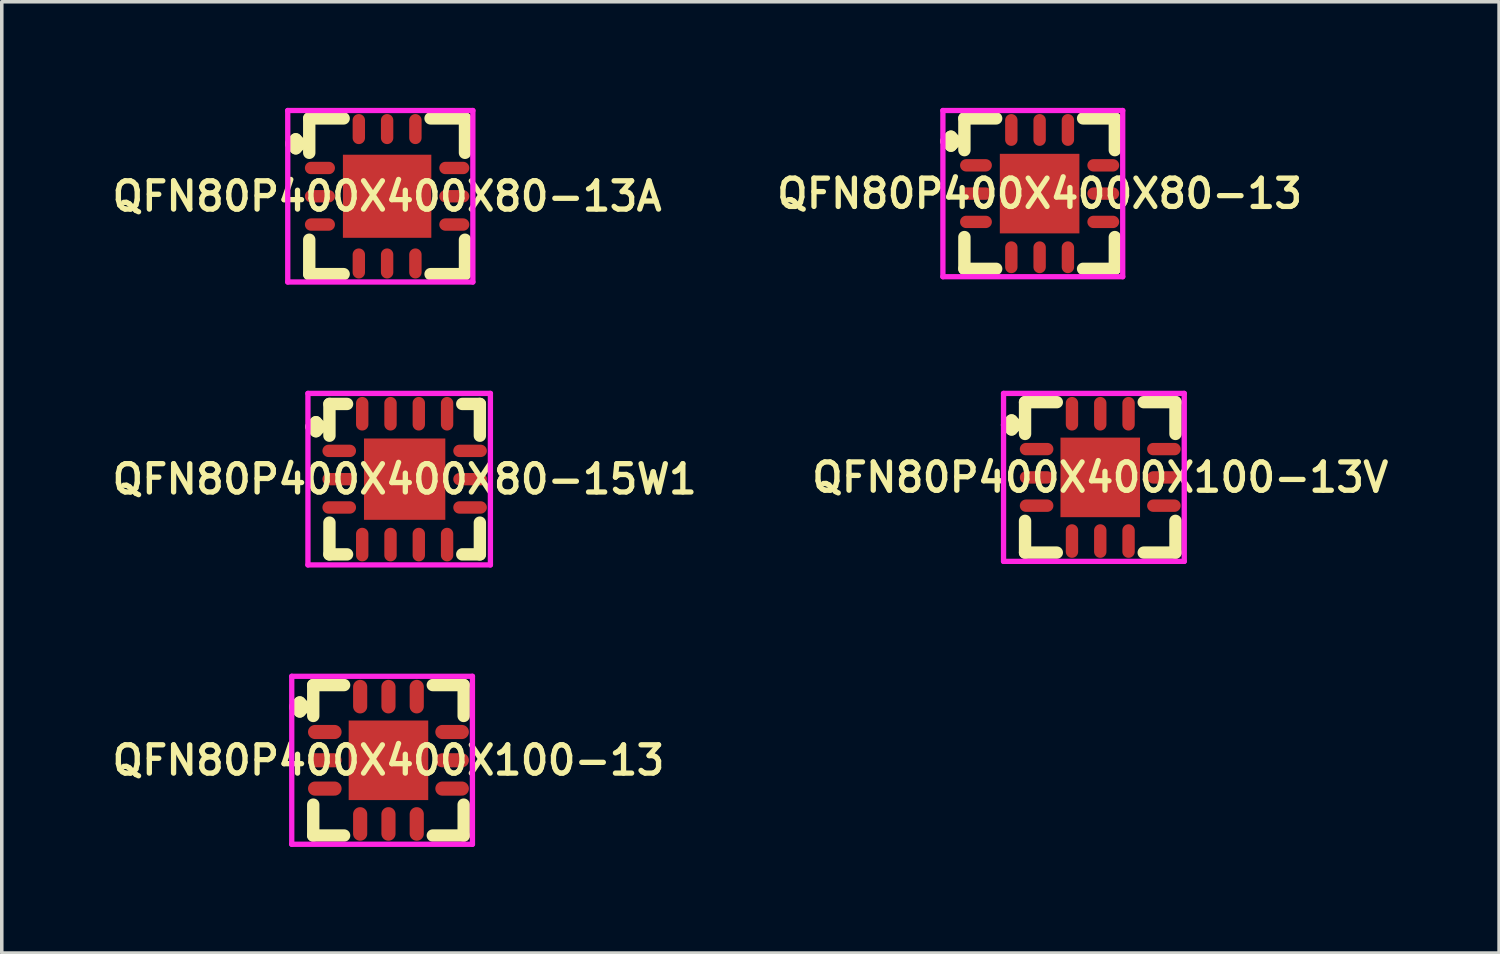
<source format=kicad_pcb>
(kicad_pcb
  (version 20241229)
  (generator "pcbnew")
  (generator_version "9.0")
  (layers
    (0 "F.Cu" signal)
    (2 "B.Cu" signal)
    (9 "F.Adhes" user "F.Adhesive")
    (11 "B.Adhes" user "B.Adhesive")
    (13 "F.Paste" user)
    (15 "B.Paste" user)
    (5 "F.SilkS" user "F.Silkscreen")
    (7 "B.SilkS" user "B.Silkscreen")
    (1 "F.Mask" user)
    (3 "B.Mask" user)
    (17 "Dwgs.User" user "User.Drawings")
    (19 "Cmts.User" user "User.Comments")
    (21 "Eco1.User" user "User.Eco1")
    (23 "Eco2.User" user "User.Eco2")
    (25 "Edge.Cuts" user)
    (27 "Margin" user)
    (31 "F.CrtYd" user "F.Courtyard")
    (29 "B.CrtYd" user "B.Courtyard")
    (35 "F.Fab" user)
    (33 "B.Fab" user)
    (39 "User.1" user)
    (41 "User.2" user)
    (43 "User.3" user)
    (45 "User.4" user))
  (footprint "QFN80P400X400X80-15W1"
    (layer "F.Cu")
    (at 8.393 10.5)
    (property "Reference" "QFN80P400X400X80-15W1" (at 0 0 0) (layer "F.SilkS") (effects (font (size 0.8 0.8) (thickness 0.15))))
    (attr smd)
    (fp_line (start -2.635 -1.483) (end -2.508 -1.61) (stroke (width 0.35) (type solid)) (layer "F.SilkS"))
    (fp_line (start -2.508 -1.61) (end -2.381 -1.483) (stroke (width 0.35) (type solid)) (layer "F.SilkS"))
    (fp_line (start -2.508 -1.356) (end -2.635 -1.483) (stroke (width 0.35) (type solid)) (layer "F.SilkS"))
    (fp_line (start -2.381 -1.483) (end -2.508 -1.356) (stroke (width 0.35) (type solid)) (layer "F.SilkS"))
    (fp_line (start -2.127 -2.127) (end -1.629 -2.127) (stroke (width 0.35) (type solid)) (layer "F.SilkS"))
    (fp_line (start -2.127 -1.229) (end -2.127 -2.127) (stroke (width 0.35) (type solid)) (layer "F.SilkS"))
    (fp_line (start -2.127 1.229) (end -2.127 2.127) (stroke (width 0.35) (type solid)) (layer "F.SilkS"))
    (fp_line (start -2.127 2.127) (end -1.629 2.127) (stroke (width 0.35) (type solid)) (layer "F.SilkS"))
    (fp_line (start 1.629 -2.127) (end 2.127 -2.127) (stroke (width 0.35) (type solid)) (layer "F.SilkS"))
    (fp_line (start 1.629 2.127) (end 2.127 2.127) (stroke (width 0.35) (type solid)) (layer "F.SilkS"))
    (fp_line (start 2.127 -2.127) (end 2.127 -1.229) (stroke (width 0.35) (type solid)) (layer "F.SilkS"))
    (fp_line (start 2.127 2.127) (end 2.127 1.229) (stroke (width 0.35) (type solid)) (layer "F.SilkS"))
    (fp_line (start -2.735 -2.425) (end 2.425 -2.425) (stroke (width 0.15) (type solid)) (layer "F.CrtYd"))
    (fp_line (start -2.735 2.425) (end -2.735 -2.425) (stroke (width 0.15) (type solid)) (layer "F.CrtYd"))
    (fp_line (start 2.425 -2.425) (end 2.425 2.425) (stroke (width 0.15) (type solid)) (layer "F.CrtYd"))
    (fp_line (start 2.425 2.425) (end -2.735 2.425) (stroke (width 0.15) (type solid)) (layer "F.CrtYd"))
    (pad "1" smd oval (at -1.85 -0.8) (size 0.95 0.35) (layers "F.Cu" "F.Mask" "F.Paste"))
    (pad "2" smd oval (at -1.85 0) (size 0.95 0.35) (layers "F.Cu" "F.Mask" "F.Paste"))
    (pad "3" smd oval (at -1.85 0.8) (size 0.95 0.35) (layers "F.Cu" "F.Mask" "F.Paste"))
    (pad "4" smd oval (at -1.2 1.85) (size 0.35 0.95) (layers "F.Cu" "F.Mask" "F.Paste"))
    (pad "5" smd oval (at -0.4 1.85) (size 0.35 0.95) (layers "F.Cu" "F.Mask" "F.Paste"))
    (pad "6" smd oval (at 0.4 1.85) (size 0.35 0.95) (layers "F.Cu" "F.Mask" "F.Paste"))
    (pad "7" smd oval (at 1.2 1.85) (size 0.35 0.95) (layers "F.Cu" "F.Mask" "F.Paste"))
    (pad "8" smd oval (at 1.85 0.8) (size 0.95 0.35) (layers "F.Cu" "F.Mask" "F.Paste"))
    (pad "9" smd oval (at 1.85 0) (size 0.95 0.35) (layers "F.Cu" "F.Mask" "F.Paste"))
    (pad "10" smd oval (at 1.85 -0.8) (size 0.95 0.35) (layers "F.Cu" "F.Mask" "F.Paste"))
    (pad "11" smd oval (at 1.2 -1.85) (size 0.35 0.95) (layers "F.Cu" "F.Mask" "F.Paste"))
    (pad "12" smd oval (at 0.4 -1.85) (size 0.35 0.95) (layers "F.Cu" "F.Mask" "F.Paste"))
    (pad "13" smd oval (at -0.4 -1.85) (size 0.35 0.95) (layers "F.Cu" "F.Mask" "F.Paste"))
    (pad "14" smd oval (at -1.2 -1.85) (size 0.35 0.95) (layers "F.Cu" "F.Mask" "F.Paste"))
    (pad "15" smd rect (at 0 0) (size 2.3 2.3) (layers "F.Cu" "F.Mask" "F.Paste")))
  (footprint "QFN80P400X400X100-13"
    (layer "F.Cu")
    (at 7.935 18.45)
    (property "Reference" "QFN80P400X400X100-13" (at 0 0 0) (layer "F.SilkS") (effects (font (size 0.8 0.8) (thickness 0.15))))
    (attr smd)
    (fp_line (start -2.635 -1.508) (end -2.508 -1.635) (stroke (width 0.35) (type solid)) (layer "F.SilkS"))
    (fp_line (start -2.508 -1.635) (end -2.381 -1.508) (stroke (width 0.35) (type solid)) (layer "F.SilkS"))
    (fp_line (start -2.508 -1.381) (end -2.635 -1.508) (stroke (width 0.35) (type solid)) (layer "F.SilkS"))
    (fp_line (start -2.381 -1.508) (end -2.508 -1.381) (stroke (width 0.35) (type solid)) (layer "F.SilkS"))
    (fp_line (start -2.127 -2.127) (end -1.254 -2.127) (stroke (width 0.35) (type solid)) (layer "F.SilkS"))
    (fp_line (start -2.127 -1.254) (end -2.127 -2.127) (stroke (width 0.35) (type solid)) (layer "F.SilkS"))
    (fp_line (start -2.127 1.254) (end -2.127 2.127) (stroke (width 0.35) (type solid)) (layer "F.SilkS"))
    (fp_line (start -2.127 2.127) (end -1.254 2.127) (stroke (width 0.35) (type solid)) (layer "F.SilkS"))
    (fp_line (start 1.254 -2.127) (end 2.127 -2.127) (stroke (width 0.35) (type solid)) (layer "F.SilkS"))
    (fp_line (start 1.254 2.127) (end 2.127 2.127) (stroke (width 0.35) (type solid)) (layer "F.SilkS"))
    (fp_line (start 2.127 -2.127) (end 2.127 -1.254) (stroke (width 0.35) (type solid)) (layer "F.SilkS"))
    (fp_line (start 2.127 2.127) (end 2.127 1.254) (stroke (width 0.35) (type solid)) (layer "F.SilkS"))
    (fp_line (start -2.735 -2.375) (end 2.375 -2.375) (stroke (width 0.15) (type solid)) (layer "F.CrtYd"))
    (fp_line (start -2.735 2.375) (end -2.735 -2.375) (stroke (width 0.15) (type solid)) (layer "F.CrtYd"))
    (fp_line (start 2.375 -2.375) (end 2.375 2.375) (stroke (width 0.15) (type solid)) (layer "F.CrtYd"))
    (fp_line (start 2.375 2.375) (end -2.735 2.375) (stroke (width 0.15) (type solid)) (layer "F.CrtYd"))
    (pad "1" smd oval (at -1.8 -0.8) (size 0.95 0.4) (layers "F.Cu" "F.Mask" "F.Paste"))
    (pad "2" smd oval (at -1.8 0) (size 0.95 0.4) (layers "F.Cu" "F.Mask" "F.Paste"))
    (pad "3" smd oval (at -1.8 0.8) (size 0.95 0.4) (layers "F.Cu" "F.Mask" "F.Paste"))
    (pad "4" smd oval (at -0.8 1.8) (size 0.4 0.95) (layers "F.Cu" "F.Mask" "F.Paste"))
    (pad "5" smd oval (at 0 1.8) (size 0.4 0.95) (layers "F.Cu" "F.Mask" "F.Paste"))
    (pad "6" smd oval (at 0.8 1.8) (size 0.4 0.95) (layers "F.Cu" "F.Mask" "F.Paste"))
    (pad "7" smd oval (at 1.8 0.8) (size 0.95 0.4) (layers "F.Cu" "F.Mask" "F.Paste"))
    (pad "8" smd oval (at 1.8 0) (size 0.95 0.4) (layers "F.Cu" "F.Mask" "F.Paste"))
    (pad "9" smd oval (at 1.8 -0.8) (size 0.95 0.4) (layers "F.Cu" "F.Mask" "F.Paste"))
    (pad "10" smd oval (at 0.8 -1.8) (size 0.4 0.95) (layers "F.Cu" "F.Mask" "F.Paste"))
    (pad "11" smd oval (at 0 -1.8) (size 0.4 0.95) (layers "F.Cu" "F.Mask" "F.Paste"))
    (pad "12" smd oval (at -0.8 -1.8) (size 0.4 0.95) (layers "F.Cu" "F.Mask" "F.Paste"))
    (pad "13" smd rect (at 0 0) (size 2.25 2.25) (layers "F.Cu" "F.Mask" "F.Paste")))
  (footprint "QFN80P400X400X80-13A"
    (layer "F.Cu")
    (at 7.897 2.5)
    (property "Reference" "QFN80P400X400X80-13A" (at 0 0 0) (layer "F.SilkS") (effects (font (size 0.8 0.8) (thickness 0.15))))
    (attr through_hole)
    (fp_line (start -2.71 -1.483) (end -2.583 -1.61) (stroke (width 0.35) (type solid)) (layer "F.SilkS"))
    (fp_line (start -2.583 -1.61) (end -2.456 -1.483) (stroke (width 0.35) (type solid)) (layer "F.SilkS"))
    (fp_line (start -2.583 -1.356) (end -2.71 -1.483) (stroke (width 0.35) (type solid)) (layer "F.SilkS"))
    (fp_line (start -2.456 -1.483) (end -2.583 -1.356) (stroke (width 0.35) (type solid)) (layer "F.SilkS"))
    (fp_line (start -2.202 -2.202) (end -1.229 -2.202) (stroke (width 0.35) (type solid)) (layer "F.SilkS"))
    (fp_line (start -2.202 -1.229) (end -2.202 -2.202) (stroke (width 0.35) (type solid)) (layer "F.SilkS"))
    (fp_line (start -2.202 1.229) (end -2.202 2.202) (stroke (width 0.35) (type solid)) (layer "F.SilkS"))
    (fp_line (start -2.202 2.202) (end -1.229 2.202) (stroke (width 0.35) (type solid)) (layer "F.SilkS"))
    (fp_line (start 1.229 -2.202) (end 2.202 -2.202) (stroke (width 0.35) (type solid)) (layer "F.SilkS"))
    (fp_line (start 1.229 2.202) (end 2.202 2.202) (stroke (width 0.35) (type solid)) (layer "F.SilkS"))
    (fp_line (start 2.202 -2.202) (end 2.202 -1.229) (stroke (width 0.35) (type solid)) (layer "F.SilkS"))
    (fp_line (start 2.202 2.202) (end 2.202 1.229) (stroke (width 0.35) (type solid)) (layer "F.SilkS"))
    (fp_line (start -2.81 -2.425) (end 2.425 -2.425) (stroke (width 0.15) (type solid)) (layer "F.CrtYd"))
    (fp_line (start -2.81 2.425) (end -2.81 -2.425) (stroke (width 0.15) (type solid)) (layer "F.CrtYd"))
    (fp_line (start 2.425 -2.425) (end 2.425 2.425) (stroke (width 0.15) (type solid)) (layer "F.CrtYd"))
    (fp_line (start 2.425 2.425) (end -2.81 2.425) (stroke (width 0.15) (type solid)) (layer "F.CrtYd"))
    (pad "1" smd oval (at -1.9 -0.8) (size 0.85 0.35) (layers "F.Cu" "F.Mask" "F.Paste"))
    (pad "2" smd oval (at -1.9 0) (size 0.85 0.35) (layers "F.Cu" "F.Mask" "F.Paste"))
    (pad "3" smd oval (at -1.9 0.8) (size 0.85 0.35) (layers "F.Cu" "F.Mask" "F.Paste"))
    (pad "4" smd oval (at -0.8 1.9) (size 0.35 0.85) (layers "F.Cu" "F.Mask" "F.Paste"))
    (pad "5" smd oval (at 0 1.9) (size 0.35 0.85) (layers "F.Cu" "F.Mask" "F.Paste"))
    (pad "6" smd oval (at 0.8 1.9) (size 0.35 0.85) (layers "F.Cu" "F.Mask" "F.Paste"))
    (pad "7" smd oval (at 1.9 0.8) (size 0.85 0.35) (layers "F.Cu" "F.Mask" "F.Paste"))
    (pad "8" smd oval (at 1.9 0) (size 0.85 0.35) (layers "F.Cu" "F.Mask" "F.Paste"))
    (pad "9" smd oval (at 1.9 -0.8) (size 0.85 0.35) (layers "F.Cu" "F.Mask" "F.Paste"))
    (pad "10" smd oval (at 0.8 -1.9) (size 0.35 0.85) (layers "F.Cu" "F.Mask" "F.Paste"))
    (pad "11" smd oval (at 0 -1.9) (size 0.35 0.85) (layers "F.Cu" "F.Mask" "F.Paste"))
    (pad "12" smd oval (at -0.8 -1.9) (size 0.35 0.85) (layers "F.Cu" "F.Mask" "F.Paste"))
    (pad "13" smd rect (at 0 0) (size 2.5 2.35) (layers "F.Cu" "F.Mask" "F.Paste")))
  (footprint "QFN80P400X400X80-13"
    (layer "F.Cu")
    (at 26.349 2.425)
    (property "Reference" "QFN80P400X400X80-13" (at 0 0 0) (layer "F.SilkS") (effects (font (size 0.8 0.8) (thickness 0.15))))
    (attr smd)
    (fp_line (start -2.635 -1.483) (end -2.508 -1.61) (stroke (width 0.35) (type solid)) (layer "F.SilkS"))
    (fp_line (start -2.508 -1.61) (end -2.381 -1.483) (stroke (width 0.35) (type solid)) (layer "F.SilkS"))
    (fp_line (start -2.508 -1.356) (end -2.635 -1.483) (stroke (width 0.35) (type solid)) (layer "F.SilkS"))
    (fp_line (start -2.381 -1.483) (end -2.508 -1.356) (stroke (width 0.35) (type solid)) (layer "F.SilkS"))
    (fp_line (start -2.127 -2.127) (end -1.229 -2.127) (stroke (width 0.35) (type solid)) (layer "F.SilkS"))
    (fp_line (start -2.127 -1.229) (end -2.127 -2.127) (stroke (width 0.35) (type solid)) (layer "F.SilkS"))
    (fp_line (start -2.127 1.229) (end -2.127 2.127) (stroke (width 0.35) (type solid)) (layer "F.SilkS"))
    (fp_line (start -2.127 2.127) (end -1.229 2.127) (stroke (width 0.35) (type solid)) (layer "F.SilkS"))
    (fp_line (start 1.229 -2.127) (end 2.127 -2.127) (stroke (width 0.35) (type solid)) (layer "F.SilkS"))
    (fp_line (start 1.229 2.127) (end 2.127 2.127) (stroke (width 0.35) (type solid)) (layer "F.SilkS"))
    (fp_line (start 2.127 -2.127) (end 2.127 -1.229) (stroke (width 0.35) (type solid)) (layer "F.SilkS"))
    (fp_line (start 2.127 2.127) (end 2.127 1.229) (stroke (width 0.35) (type solid)) (layer "F.SilkS"))
    (fp_line (start -2.735 -2.35) (end 2.35 -2.35) (stroke (width 0.15) (type solid)) (layer "F.CrtYd"))
    (fp_line (start -2.735 2.35) (end -2.735 -2.35) (stroke (width 0.15) (type solid)) (layer "F.CrtYd"))
    (fp_line (start 2.35 -2.35) (end 2.35 2.35) (stroke (width 0.15) (type solid)) (layer "F.CrtYd"))
    (fp_line (start 2.35 2.35) (end -2.735 2.35) (stroke (width 0.15) (type solid)) (layer "F.CrtYd"))
    (pad "1" smd oval (at -1.8 -0.8) (size 0.9 0.35) (layers "F.Cu" "F.Mask" "F.Paste"))
    (pad "2" smd oval (at -1.8 0) (size 0.9 0.35) (layers "F.Cu" "F.Mask" "F.Paste"))
    (pad "3" smd oval (at -1.8 0.8) (size 0.9 0.35) (layers "F.Cu" "F.Mask" "F.Paste"))
    (pad "4" smd oval (at -0.8 1.8) (size 0.35 0.9) (layers "F.Cu" "F.Mask" "F.Paste"))
    (pad "5" smd oval (at 0 1.8) (size 0.35 0.9) (layers "F.Cu" "F.Mask" "F.Paste"))
    (pad "6" smd oval (at 0.8 1.8) (size 0.35 0.9) (layers "F.Cu" "F.Mask" "F.Paste"))
    (pad "7" smd oval (at 1.8 0.8) (size 0.9 0.35) (layers "F.Cu" "F.Mask" "F.Paste"))
    (pad "8" smd oval (at 1.8 0) (size 0.9 0.35) (layers "F.Cu" "F.Mask" "F.Paste"))
    (pad "9" smd oval (at 1.8 -0.8) (size 0.9 0.35) (layers "F.Cu" "F.Mask" "F.Paste"))
    (pad "10" smd oval (at 0.8 -1.8) (size 0.35 0.9) (layers "F.Cu" "F.Mask" "F.Paste"))
    (pad "11" smd oval (at 0 -1.8) (size 0.35 0.9) (layers "F.Cu" "F.Mask" "F.Paste"))
    (pad "12" smd oval (at -0.8 -1.8) (size 0.35 0.9) (layers "F.Cu" "F.Mask" "F.Paste"))
    (pad "13" smd rect (at 0 0) (size 2.25 2.25) (layers "F.Cu" "F.Mask" "F.Paste")))
  (footprint "QFN80P400X400X100-13V"
    (layer "F.Cu")
    (at 28.064 10.45)
    (property "Reference" "QFN80P400X400X100-13V" (at 0 0 0) (layer "F.SilkS") (effects (font (size 0.8 0.8) (thickness 0.15))))
    (attr through_hole)
    (fp_line (start -2.635 -1.483) (end -2.508 -1.61) (stroke (width 0.35) (type solid)) (layer "F.SilkS"))
    (fp_line (start -2.508 -1.61) (end -2.381 -1.483) (stroke (width 0.35) (type solid)) (layer "F.SilkS"))
    (fp_line (start -2.508 -1.356) (end -2.635 -1.483) (stroke (width 0.35) (type solid)) (layer "F.SilkS"))
    (fp_line (start -2.381 -1.483) (end -2.508 -1.356) (stroke (width 0.35) (type solid)) (layer "F.SilkS"))
    (fp_line (start -2.127 -2.127) (end -1.229 -2.127) (stroke (width 0.35) (type solid)) (layer "F.SilkS"))
    (fp_line (start -2.127 -1.229) (end -2.127 -2.127) (stroke (width 0.35) (type solid)) (layer "F.SilkS"))
    (fp_line (start -2.127 1.229) (end -2.127 2.127) (stroke (width 0.35) (type solid)) (layer "F.SilkS"))
    (fp_line (start -2.127 2.127) (end -1.229 2.127) (stroke (width 0.35) (type solid)) (layer "F.SilkS"))
    (fp_line (start 1.229 -2.127) (end 2.127 -2.127) (stroke (width 0.35) (type solid)) (layer "F.SilkS"))
    (fp_line (start 1.229 2.127) (end 2.127 2.127) (stroke (width 0.35) (type solid)) (layer "F.SilkS"))
    (fp_line (start 2.127 -2.127) (end 2.127 -1.229) (stroke (width 0.35) (type solid)) (layer "F.SilkS"))
    (fp_line (start 2.127 2.127) (end 2.127 1.229) (stroke (width 0.35) (type solid)) (layer "F.SilkS"))
    (fp_line (start -2.735 -2.375) (end 2.375 -2.375) (stroke (width 0.15) (type solid)) (layer "F.CrtYd"))
    (fp_line (start -2.735 2.375) (end -2.735 -2.375) (stroke (width 0.15) (type solid)) (layer "F.CrtYd"))
    (fp_line (start 2.375 -2.375) (end 2.375 2.375) (stroke (width 0.15) (type solid)) (layer "F.CrtYd"))
    (fp_line (start 2.375 2.375) (end -2.735 2.375) (stroke (width 0.15) (type solid)) (layer "F.CrtYd"))
    (pad "1" smd oval (at -1.8 -0.8) (size 0.95 0.35) (layers "F.Cu" "F.Mask" "F.Paste"))
    (pad "2" smd oval (at -1.8 0) (size 0.95 0.35) (layers "F.Cu" "F.Mask" "F.Paste"))
    (pad "3" smd oval (at -1.8 0.8) (size 0.95 0.35) (layers "F.Cu" "F.Mask" "F.Paste"))
    (pad "4" smd oval (at -0.8 1.8) (size 0.35 0.95) (layers "F.Cu" "F.Mask" "F.Paste"))
    (pad "5" smd oval (at 0 1.8) (size 0.35 0.95) (layers "F.Cu" "F.Mask" "F.Paste"))
    (pad "6" smd oval (at 0.8 1.8) (size 0.35 0.95) (layers "F.Cu" "F.Mask" "F.Paste"))
    (pad "7" smd oval (at 1.8 0.8) (size 0.95 0.35) (layers "F.Cu" "F.Mask" "F.Paste"))
    (pad "8" smd oval (at 1.8 0) (size 0.95 0.35) (layers "F.Cu" "F.Mask" "F.Paste"))
    (pad "9" smd oval (at 1.8 -0.8) (size 0.95 0.35) (layers "F.Cu" "F.Mask" "F.Paste"))
    (pad "10" smd oval (at 0.8 -1.8) (size 0.35 0.95) (layers "F.Cu" "F.Mask" "F.Paste"))
    (pad "11" smd oval (at 0 -1.8) (size 0.35 0.95) (layers "F.Cu" "F.Mask" "F.Paste"))
    (pad "12" smd oval (at -0.8 -1.8) (size 0.35 0.95) (layers "F.Cu" "F.Mask" "F.Paste"))
    (pad "13" smd rect (at 0 0) (size 2.25 2.25) (layers "F.Cu" "F.Mask" "F.Paste")))
  (gr_rect
    (start -3 -3)
    (end 39.342 23.9)
    (stroke (width 0.1) (type default))
    (fill no)
    (layer "Edge.Cuts")))
</source>
